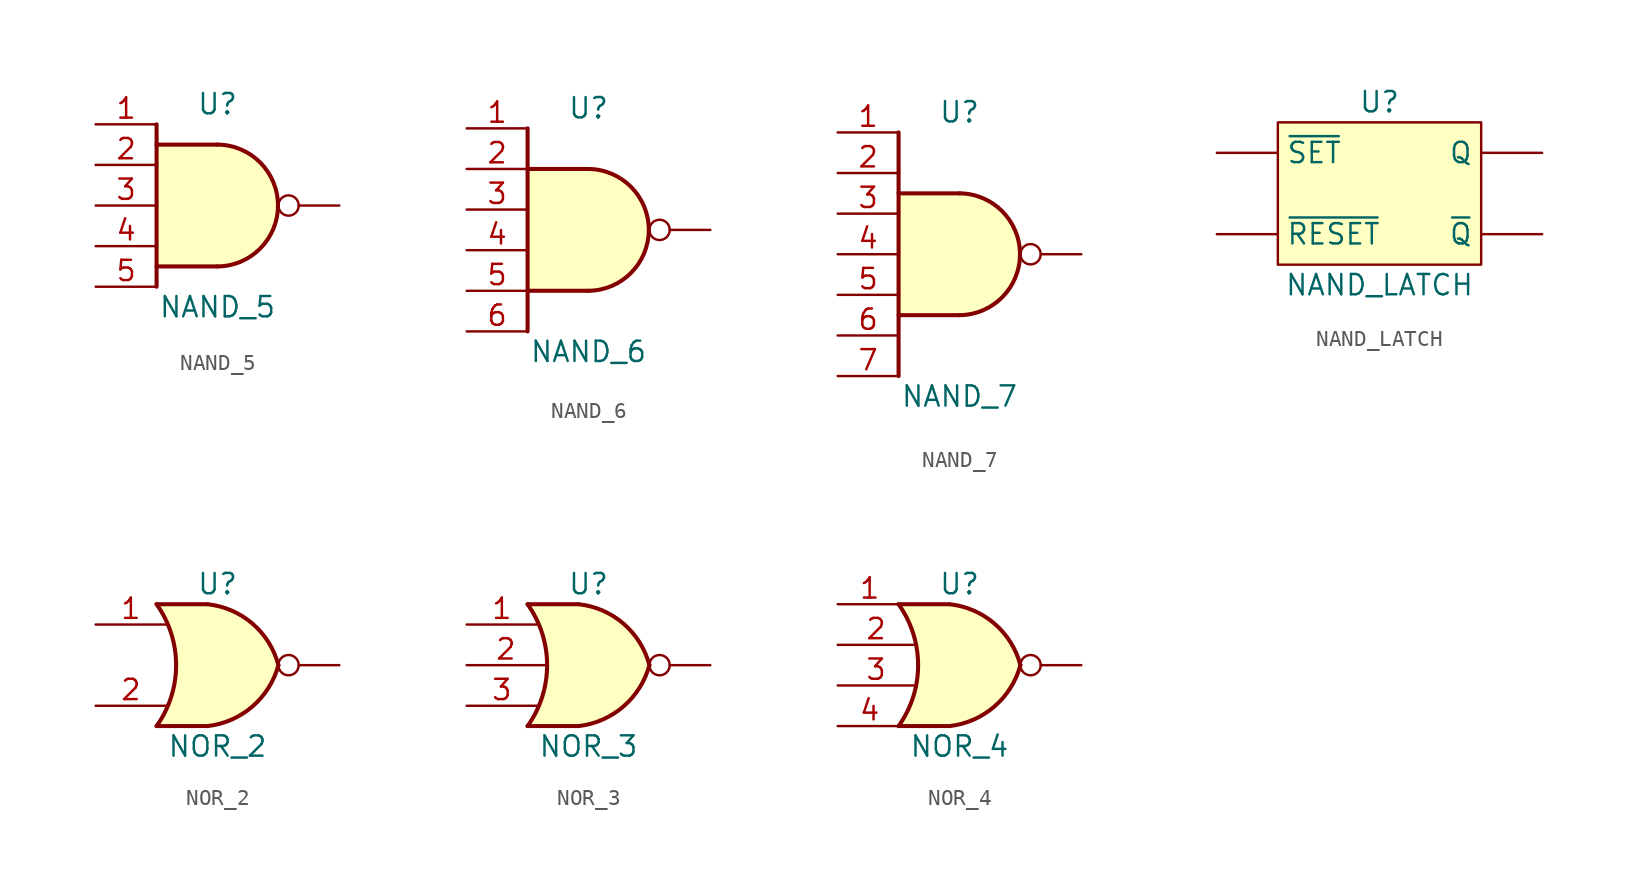
<source format=kicad_sym>
(kicad_symbol_lib
  (version 20220914)
  (generator kicad_symbol_editor)
  (symbol "NAND_5"
    (pin_names hide)
    (property "Reference" "U"
      (at 0 6.35 0)
      (effects (font (size 1.27 1.27))))
    (property "Value" "NAND_5"
      (at 0 -6.35 0)
      (effects (font (size 1.27 1.27))))
    (symbol "NAND_5_1_1"
      (arc (start 0 -3.81) (mid 3.7825 0) (end 0 3.81) (stroke (width 0.254) (type default)) (fill (type background)))
      (polyline (pts (xy -3.81 -3.81) (xy -3.81 -5.08)) (stroke (width 0.254) (type default)) (fill (type background)))
      (polyline (pts (xy -3.81 5.08) (xy -3.81 3.81)) (stroke (width 0.254) (type default)) (fill (type background)))
      (polyline (pts (xy 0 3.81) (xy -3.81 3.81) (xy -3.81 -3.81) (xy 0 -3.81)) (stroke (width 0.254) (type default)) (fill (type background)))
      (pin input line (at -7.62 5.08 0) (length 3.81) (name "~" (effects (font (size 1.27 1.27)))) (number "1" (effects (font (size 1.27 1.27)))))
      (pin input line (at -7.62 2.54 0) (length 3.81) (name "~" (effects (font (size 1.27 1.27)))) (number "2" (effects (font (size 1.27 1.27)))))
      (pin input line (at -7.62 0 0) (length 3.81) (name "~" (effects (font (size 1.27 1.27)))) (number "3" (effects (font (size 1.27 1.27)))))
      (pin input line (at -7.62 -2.54 0) (length 3.81) (name "~" (effects (font (size 1.27 1.27)))) (number "4" (effects (font (size 1.27 1.27)))))
      (pin input line (at -7.62 -5.08 0) (length 3.81) (name "~" (effects (font (size 1.27 1.27)))) (number "5" (effects (font (size 1.27 1.27)))))
      (pin output inverted (at 7.62 0 180) (length 3.81) (name "~" (effects (font (size 1.27 1.27)))) (number "6" (effects (font (size 0 0)))))))
  (symbol "NAND_6"
    (pin_names hide)
    (property "Reference" "U"
      (at 0 7.62 0)
      (effects (font (size 1.27 1.27))))
    (property "Value" "NAND_6"
      (at 0 -7.62 0)
      (effects (font (size 1.27 1.27))))
    (symbol "NAND_6_1_1"
      (arc (start 0 -3.81) (mid 3.7712 0) (end 0 3.81) (stroke (width 0.254) (type default)) (fill (type background)))
      (polyline (pts (xy -3.81 -3.81) (xy -3.81 -6.35)) (stroke (width 0.254) (type default)) (fill (type background)))
      (polyline (pts (xy -3.81 6.35) (xy -3.81 3.81)) (stroke (width 0.254) (type default)) (fill (type background)))
      (polyline (pts (xy 0 3.81) (xy -3.81 3.81) (xy -3.81 -3.81) (xy 0 -3.81)) (stroke (width 0.254) (type default)) (fill (type background)))
      (pin input line (at -7.62 6.35 0) (length 3.81) (name "~" (effects (font (size 1.27 1.27)))) (number "1" (effects (font (size 1.27 1.27)))))
      (pin input line (at -7.62 3.81 0) (length 3.81) (name "~" (effects (font (size 1.27 1.27)))) (number "2" (effects (font (size 1.27 1.27)))))
      (pin input line (at -7.62 1.27 0) (length 3.81) (name "~" (effects (font (size 1.27 1.27)))) (number "3" (effects (font (size 1.27 1.27)))))
      (pin input line (at -7.62 -1.27 0) (length 3.81) (name "~" (effects (font (size 1.27 1.27)))) (number "4" (effects (font (size 1.27 1.27)))))
      (pin input line (at -7.62 -3.81 0) (length 3.81) (name "~" (effects (font (size 1.27 1.27)))) (number "5" (effects (font (size 1.27 1.27)))))
      (pin input line (at -7.62 -6.35 0) (length 3.81) (name "~" (effects (font (size 1.27 1.27)))) (number "6" (effects (font (size 1.27 1.27)))))
      (pin output inverted (at 7.62 0 180) (length 3.81) (name "~" (effects (font (size 1.27 1.27)))) (number "7" (effects (font (size 0 0)))))))
  (symbol "NAND_7"
    (pin_names hide)
    (property "Reference" "U"
      (at 0 8.89 0)
      (effects (font (size 1.27 1.27))))
    (property "Value" "NAND_7"
      (at 0 -8.89 0)
      (effects (font (size 1.27 1.27))))
    (symbol "NAND_7_1_1"
      (arc (start 0 -3.81) (mid 3.7825 0) (end 0 3.81) (stroke (width 0.254) (type default)) (fill (type background)))
      (polyline (pts (xy -3.81 -3.81) (xy -3.81 -7.62)) (stroke (width 0.254) (type default)) (fill (type background)))
      (polyline (pts (xy -3.81 7.62) (xy -3.81 3.81)) (stroke (width 0.254) (type default)) (fill (type background)))
      (polyline (pts (xy 0 3.81) (xy -3.81 3.81) (xy -3.81 -3.81) (xy 0 -3.81)) (stroke (width 0.254) (type default)) (fill (type background)))
      (pin input line (at -7.62 7.62 0) (length 3.81) (name "~" (effects (font (size 1.27 1.27)))) (number "1" (effects (font (size 1.27 1.27)))))
      (pin input line (at -7.62 5.08 0) (length 3.81) (name "~" (effects (font (size 1.27 1.27)))) (number "2" (effects (font (size 1.27 1.27)))))
      (pin input line (at -7.62 2.54 0) (length 3.81) (name "~" (effects (font (size 1.27 1.27)))) (number "3" (effects (font (size 1.27 1.27)))))
      (pin input line (at -7.62 0 0) (length 3.81) (name "~" (effects (font (size 1.27 1.27)))) (number "4" (effects (font (size 1.27 1.27)))))
      (pin input line (at -7.62 -2.54 0) (length 3.81) (name "~" (effects (font (size 1.27 1.27)))) (number "5" (effects (font (size 1.27 1.27)))))
      (pin input line (at -7.62 -5.08 0) (length 3.81) (name "~" (effects (font (size 1.27 1.27)))) (number "6" (effects (font (size 1.27 1.27)))))
      (pin input line (at -7.62 -7.62 0) (length 3.81) (name "~" (effects (font (size 1.27 1.27)))) (number "7" (effects (font (size 1.27 1.27)))))
      (pin output inverted (at 7.62 0 180) (length 3.81) (name "~" (effects (font (size 1.27 1.27)))) (number "8" (effects (font (size 0 0)))))))
  (symbol "NAND_LATCH"
    (pin_numbers hide)
    (property "Reference" "U"
      (at 0 5.715 0)
      (effects (font (size 1.27 1.27))))
    (property "Value" "NAND_LATCH"
      (at 0 -5.715 0)
      (effects (font (size 1.27 1.27))))
    (symbol "NAND_LATCH_0_1"
      (rectangle (start -6.35 4.445) (end 6.35 -4.445) (stroke (width 0) (type default)) (fill (type background))))
    (symbol "NAND_LATCH_1_1"
      (pin input line (at -10.16 -2.54 0) (length 3.81) (name "~{RESET}" (effects (font (size 1.27 1.27)))) (number "1" (effects (font (size 1.27 1.27)))))
      (pin output line (at 10.16 -2.54 180) (length 3.81) (name "~{Q}" (effects (font (size 1.27 1.27)))) (number "2" (effects (font (size 1.27 1.27)))))
      (pin output line (at 10.16 2.54 180) (length 3.81) (name "Q" (effects (font (size 1.27 1.27)))) (number "3" (effects (font (size 1.27 1.27)))))
      (pin input line (at -10.16 2.54 0) (length 3.81) (name "~{SET}" (effects (font (size 1.27 1.27)))) (number "4" (effects (font (size 1.27 1.27)))))))
  (symbol "NOR_2"
    (pin_names hide)
    (property "Reference" "U"
      (at 0 5.08 0)
      (effects (font (size 1.27 1.27))))
    (property "Value" "NOR_2"
      (at 0 -5.08 0)
      (effects (font (size 1.27 1.27))))
    (symbol "NOR_2_1_1"
      (arc (start -3.8102 -3.81) (mid -2.5892 0) (end -3.8102 3.81) (stroke (width 0.254) (type default)) (fill (type none)))
      (arc (start -0.6098 -3.81) (mid 2.1853 -2.584) (end 3.8098 0) (stroke (width 0.254) (type default)) (fill (type background)))
      (polyline (pts (xy -3.81 -3.81) (xy -0.635 -3.81)) (stroke (width 0.254) (type default)) (fill (type background)))
      (polyline (pts (xy -3.81 3.81) (xy -0.635 3.81)) (stroke (width 0.254) (type default)) (fill (type background)))
      (polyline (pts (xy -0.635 3.81) (xy -3.81 3.81) (xy -3.81 3.81) (xy -3.556 3.404) (xy -3.023 2.261) (xy -2.693 1.041) (xy -2.616 -0.254) (xy -2.769 -1.499) (xy -3.175 -2.718) (xy -3.81 -3.81) (xy -3.81 -3.81) (xy -0.635 -3.81)) (stroke (width -25.4) (type default)) (fill (type background)))
      (arc (start 3.8098 0) (mid 2.1926 2.5925) (end -0.6098 3.81) (stroke (width 0.254) (type default)) (fill (type background)))
      (pin input line (at -7.62 2.54 0) (length 4.4) (name "~" (effects (font (size 1.27 1.27)))) (number "1" (effects (font (size 1.27 1.27)))))
      (pin input line (at -7.62 -2.54 0) (length 4.4) (name "~" (effects (font (size 1.27 1.27)))) (number "2" (effects (font (size 1.27 1.27)))))
      (pin output inverted (at 7.62 0 180) (length 3.81) (name "~" (effects (font (size 1.27 1.27)))) (number "3" (effects (font (size 0 0)))))))
  (symbol "NOR_3"
    (pin_names hide)
    (property "Reference" "U"
      (at 0 5.08 0)
      (effects (font (size 1.27 1.27))))
    (property "Value" "NOR_3"
      (at 0 -5.08 0)
      (effects (font (size 1.27 1.27))))
    (symbol "NOR_3_1_1"
      (arc (start -3.8102 -3.81) (mid -2.5892 0) (end -3.8102 3.81) (stroke (width 0.254) (type default)) (fill (type none)))
      (arc (start -0.6098 -3.81) (mid 2.1853 -2.584) (end 3.8098 0) (stroke (width 0.254) (type default)) (fill (type background)))
      (polyline (pts (xy -3.81 -3.81) (xy -0.635 -3.81)) (stroke (width 0.254) (type default)) (fill (type background)))
      (polyline (pts (xy -3.81 3.81) (xy -0.635 3.81)) (stroke (width 0.254) (type default)) (fill (type background)))
      (polyline (pts (xy -0.635 3.81) (xy -3.81 3.81) (xy -3.81 3.81) (xy -3.556 3.404) (xy -3.023 2.261) (xy -2.693 1.041) (xy -2.616 -0.254) (xy -2.769 -1.499) (xy -3.175 -2.718) (xy -3.81 -3.81) (xy -3.81 -3.81) (xy -0.635 -3.81)) (stroke (width -25.4) (type default)) (fill (type background)))
      (arc (start 3.8098 0) (mid 2.1926 2.5925) (end -0.6098 3.81) (stroke (width 0.254) (type default)) (fill (type background)))
      (pin input line (at -7.62 2.54 0) (length 4.4) (name "~" (effects (font (size 1.27 1.27)))) (number "1" (effects (font (size 1.27 1.27)))))
      (pin input line (at -7.62 0 0) (length 4.9) (name "~" (effects (font (size 1.27 1.27)))) (number "2" (effects (font (size 1.27 1.27)))))
      (pin input line (at -7.62 -2.54 0) (length 4.4) (name "~" (effects (font (size 1.27 1.27)))) (number "3" (effects (font (size 1.27 1.27)))))
      (pin output inverted (at 7.62 0 180) (length 3.81) (name "~" (effects (font (size 1.27 1.27)))) (number "4" (effects (font (size 0 0)))))))
  (symbol "NOR_4"
    (pin_names hide)
    (property "Reference" "U"
      (at 0 5.08 0)
      (effects (font (size 1.27 1.27))))
    (property "Value" "NOR_4"
      (at 0 -5.08 0)
      (effects (font (size 1.27 1.27))))
    (symbol "NOR_4_1_1"
      (arc (start -3.8102 -3.81) (mid -2.5892 0) (end -3.8102 3.81) (stroke (width 0.254) (type default)) (fill (type none)))
      (arc (start -0.6098 -3.81) (mid 2.1853 -2.584) (end 3.8098 0) (stroke (width 0.254) (type default)) (fill (type background)))
      (polyline (pts (xy -3.81 -3.81) (xy -0.635 -3.81)) (stroke (width 0.254) (type default)) (fill (type background)))
      (polyline (pts (xy -3.81 3.81) (xy -0.635 3.81)) (stroke (width 0.254) (type default)) (fill (type background)))
      (polyline (pts (xy -0.635 3.81) (xy -3.81 3.81) (xy -3.81 3.81) (xy -3.556 3.404) (xy -3.023 2.261) (xy -2.693 1.041) (xy -2.616 -0.254) (xy -2.769 -1.499) (xy -3.175 -2.718) (xy -3.81 -3.81) (xy -3.81 -3.81) (xy -0.635 -3.81)) (stroke (width -25.4) (type default)) (fill (type background)))
      (arc (start 3.8098 0) (mid 2.1926 2.5925) (end -0.6098 3.81) (stroke (width 0.254) (type default)) (fill (type background)))
      (pin input line (at -7.62 3.81 0) (length 4) (name "~" (effects (font (size 1.27 1.27)))) (number "1" (effects (font (size 1.27 1.27)))))
      (pin input line (at -7.62 1.27 0) (length 4.8) (name "~" (effects (font (size 1.27 1.27)))) (number "2" (effects (font (size 1.27 1.27)))))
      (pin input line (at -7.62 -1.27 0) (length 4.8) (name "~" (effects (font (size 1.27 1.27)))) (number "3" (effects (font (size 1.27 1.27)))))
      (pin input line (at -7.62 -3.81 0) (length 4) (name "~" (effects (font (size 1.27 1.27)))) (number "4" (effects (font (size 1.27 1.27)))))
      (pin output inverted (at 7.62 0 180) (length 3.81) (name "~" (effects (font (size 1.27 1.27)))) (number "5" (effects (font (size 0 0))))))))
</source>
